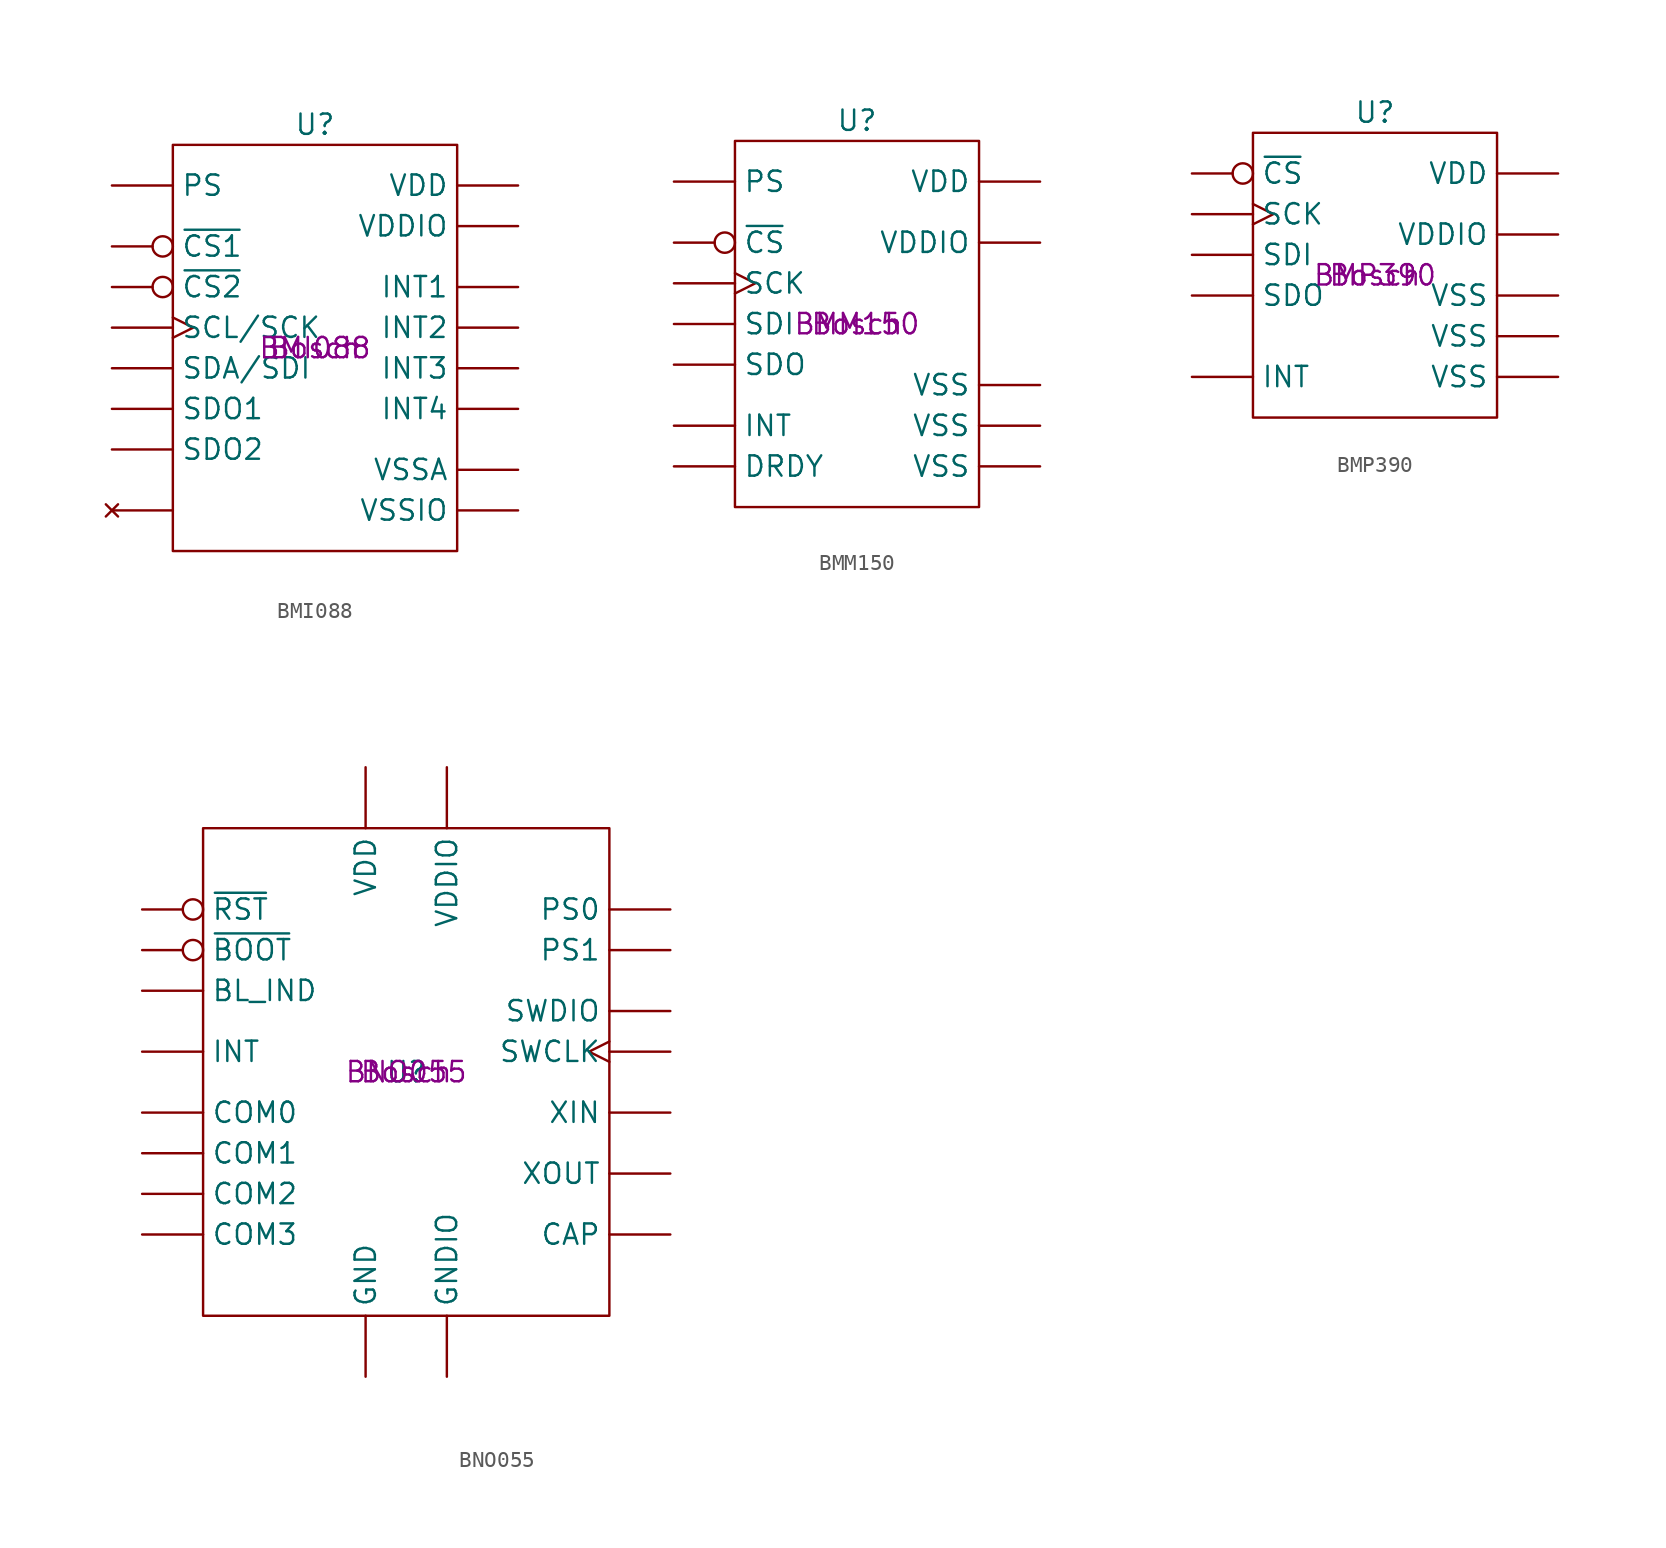
<source format=kicad_sym>
(kicad_symbol_lib
  (version 20220914)
  (generator kicad_symbol_editor)
  (symbol "BMI088"
    (pin_numbers hide)
    (property "Reference" "U"
      (at 0 13.97 0)
      (effects (font (size 1.27 1.27))))
    (property "Value" ""
      (at 0 0 0)
      (effects (font (size 1.27 1.27))))
    (property "Manufacturer" "Bosch"
      (at 0 0 0)
      (effects (font (size 1.27 1.27))))
    (property "Part #" "BMI088"
      (at 0 0 0)
      (effects (font (size 1.27 1.27))))
    (symbol "BMI088_0_1"
      (rectangle (start -8.89 12.7) (end 8.89 -12.7) (stroke (width 0) (type default)) (fill (type none))))
    (symbol "BMI088_1_1"
      (pin bidirectional line (at 12.7 1.27 180) (length 3.81) (name "INT2" (effects (font (size 1.27 1.27)))) (number "1" (effects (font (size 1.27 1.27)))))
      (pin output line (at -12.7 -6.35 0) (length 3.81) (name "SDO2" (effects (font (size 1.27 1.27)))) (number "10" (effects (font (size 1.27 1.27)))))
      (pin power_in line (at 12.7 7.62 180) (length 3.81) (name "VDDIO" (effects (font (size 1.27 1.27)))) (number "11" (effects (font (size 1.27 1.27)))))
      (pin bidirectional line (at 12.7 -1.27 180) (length 3.81) (name "INT3" (effects (font (size 1.27 1.27)))) (number "12" (effects (font (size 1.27 1.27)))))
      (pin bidirectional line (at 12.7 -3.81 180) (length 3.81) (name "INT4" (effects (font (size 1.27 1.27)))) (number "13" (effects (font (size 1.27 1.27)))))
      (pin input inverted (at -12.7 6.35 0) (length 3.81) (name "~{CS1}" (effects (font (size 1.27 1.27)))) (number "14" (effects (font (size 1.27 1.27)))))
      (pin output line (at -12.7 -3.81 0) (length 3.81) (name "SDO1" (effects (font (size 1.27 1.27)))) (number "15" (effects (font (size 1.27 1.27)))))
      (pin bidirectional line (at 12.7 3.81 180) (length 3.81) (name "INT1" (effects (font (size 1.27 1.27)))) (number "16" (effects (font (size 1.27 1.27)))))
      (pin no_connect line (at -12.7 -10.16 0) (length 3.81) (name "" (effects (font (size 1.27 1.27)))) (number "2" (effects (font (size 1.27 1.27)))))
      (pin power_in line (at 12.7 10.16 180) (length 3.81) (name "VDD" (effects (font (size 1.27 1.27)))) (number "3" (effects (font (size 1.27 1.27)))))
      (pin power_in line (at 12.7 -7.62 180) (length 3.81) (name "VSSA" (effects (font (size 1.27 1.27)))) (number "4" (effects (font (size 1.27 1.27)))))
      (pin input inverted (at -12.7 3.81 0) (length 3.81) (name "~{CS2}" (effects (font (size 1.27 1.27)))) (number "5" (effects (font (size 1.27 1.27)))))
      (pin power_in line (at 12.7 -10.16 180) (length 3.81) (name "VSSIO" (effects (font (size 1.27 1.27)))) (number "6" (effects (font (size 1.27 1.27)))))
      (pin input line (at -12.7 10.16 0) (length 3.81) (name "PS" (effects (font (size 1.27 1.27)))) (number "7" (effects (font (size 1.27 1.27)))))
      (pin input clock (at -12.7 1.27 0) (length 3.81) (name "SCL/SCK" (effects (font (size 1.27 1.27)))) (number "8" (effects (font (size 1.27 1.27)))))
      (pin bidirectional line (at -12.7 -1.27 0) (length 3.81) (name "SDA/SDI" (effects (font (size 1.27 1.27)))) (number "9" (effects (font (size 1.27 1.27)))))))
  (symbol "BMM150"
    (pin_numbers hide)
    (property "Reference" "U"
      (at 0 12.7 0)
      (effects (font (size 1.27 1.27))))
    (property "Value" ""
      (at 0 0 0)
      (effects (font (size 1.27 1.27))))
    (property "Manufacturer" "Bosch"
      (at 0 0 0)
      (effects (font (size 1.27 1.27))))
    (property "Part #" "BMM150"
      (at 0 0 0)
      (effects (font (size 1.27 1.27))))
    (symbol "BMM150_0_1"
      (rectangle (start -7.62 11.43) (end 7.62 -11.43) (stroke (width 0) (type default)) (fill (type none))))
    (symbol "BMM150_1_1"
      (pin input line (at -11.43 8.89 0) (length 3.81) (name "PS" (effects (font (size 1.27 1.27)))) (number "A1" (effects (font (size 1.27 1.27)))))
      (pin input clock (at -11.43 2.54 0) (length 3.81) (name "SCK" (effects (font (size 1.27 1.27)))) (number "A3" (effects (font (size 1.27 1.27)))))
      (pin input inverted (at -11.43 5.08 0) (length 3.81) (name "~{CS}" (effects (font (size 1.27 1.27)))) (number "A5" (effects (font (size 1.27 1.27)))))
      (pin power_in line (at 11.43 5.08 180) (length 3.81) (name "VDDIO" (effects (font (size 1.27 1.27)))) (number "B2" (effects (font (size 1.27 1.27)))))
      (pin bidirectional line (at -11.43 0 0) (length 3.81) (name "SDI" (effects (font (size 1.27 1.27)))) (number "B4" (effects (font (size 1.27 1.27)))))
      (pin output line (at -11.43 -2.54 0) (length 3.81) (name "SDO" (effects (font (size 1.27 1.27)))) (number "C1" (effects (font (size 1.27 1.27)))))
      (pin power_in line (at 11.43 -3.81 180) (length 3.81) (name "VSS" (effects (font (size 1.27 1.27)))) (number "C5" (effects (font (size 1.27 1.27)))))
      (pin output line (at -11.43 -6.35 0) (length 3.81) (name "INT" (effects (font (size 1.27 1.27)))) (number "D2" (effects (font (size 1.27 1.27)))))
      (pin output line (at -11.43 -8.89 0) (length 3.81) (name "DRDY" (effects (font (size 1.27 1.27)))) (number "D4" (effects (font (size 1.27 1.27)))))
      (pin power_in line (at 11.43 -6.35 180) (length 3.81) (name "VSS" (effects (font (size 1.27 1.27)))) (number "E1" (effects (font (size 1.27 1.27)))))
      (pin power_in line (at 11.43 -8.89 180) (length 3.81) (name "VSS" (effects (font (size 1.27 1.27)))) (number "E3" (effects (font (size 1.27 1.27)))))
      (pin power_in line (at 11.43 8.89 180) (length 3.81) (name "VDD" (effects (font (size 1.27 1.27)))) (number "E5" (effects (font (size 1.27 1.27)))))))
  (symbol "BMP390"
    (pin_numbers hide)
    (property "Reference" "U"
      (at 0 10.16 0)
      (effects (font (size 1.27 1.27))))
    (property "Value" ""
      (at 0 0 0)
      (effects (font (size 1.27 1.27))))
    (property "Manufacturer" "Bosch"
      (at 0 0 0)
      (effects (font (size 1.27 1.27))))
    (property "Part #" "BMP390"
      (at 0 0 0)
      (effects (font (size 1.27 1.27))))
    (symbol "BMP390_0_1"
      (rectangle (start -7.62 8.89) (end 7.62 -8.89) (stroke (width 0) (type default)) (fill (type none))))
    (symbol "BMP390_1_1"
      (pin power_in line (at 11.43 2.54 180) (length 3.81) (name "VDDIO" (effects (font (size 1.27 1.27)))) (number "1" (effects (font (size 1.27 1.27)))))
      (pin power_in line (at 11.43 6.35 180) (length 3.81) (name "VDD" (effects (font (size 1.27 1.27)))) (number "10" (effects (font (size 1.27 1.27)))))
      (pin input clock (at -11.43 3.81 0) (length 3.81) (name "SCK" (effects (font (size 1.27 1.27)))) (number "2" (effects (font (size 1.27 1.27)))))
      (pin power_in line (at 11.43 -1.27 180) (length 3.81) (name "VSS" (effects (font (size 1.27 1.27)))) (number "3" (effects (font (size 1.27 1.27)))))
      (pin bidirectional line (at -11.43 1.27 0) (length 3.81) (name "SDI" (effects (font (size 1.27 1.27)))) (number "4" (effects (font (size 1.27 1.27)))))
      (pin bidirectional line (at -11.43 -1.27 0) (length 3.81) (name "SDO" (effects (font (size 1.27 1.27)))) (number "5" (effects (font (size 1.27 1.27)))))
      (pin input inverted (at -11.43 6.35 0) (length 3.81) (name "~{CS}" (effects (font (size 1.27 1.27)))) (number "6" (effects (font (size 1.27 1.27)))))
      (pin output line (at -11.43 -6.35 0) (length 3.81) (name "INT" (effects (font (size 1.27 1.27)))) (number "7" (effects (font (size 1.27 1.27)))))
      (pin power_in line (at 11.43 -3.81 180) (length 3.81) (name "VSS" (effects (font (size 1.27 1.27)))) (number "8" (effects (font (size 1.27 1.27)))))
      (pin power_in line (at 11.43 -6.35 180) (length 3.81) (name "VSS" (effects (font (size 1.27 1.27)))) (number "9" (effects (font (size 1.27 1.27)))))))
  (symbol "BNO055"
    (pin_numbers hide)
    (property "Reference" "U"
      (at 0 0 0)
      (effects (font (size 1.27 1.27))))
    (property "Value" ""
      (at 27.94 16.51 0)
      (effects (font (size 1.27 1.27))))
    (property "Manufacturer" "Bosch"
      (at 0 0 0)
      (effects (font (size 1.27 1.27))))
    (property "Part #" "BNO055"
      (at 0 0 0)
      (effects (font (size 1.27 1.27))))
    (symbol "BNO055_0_1"
      (rectangle (start -12.7 15.24) (end 12.7 -15.24) (stroke (width 0) (type default)) (fill (type none))))
    (symbol "BNO055_1_1"
      (pin no_connect line (at 0 0 0) (length 3.81) hide (name "NC" (effects (font (size 1.27 1.27)))) (number "1" (effects (font (size 1.27 1.27)))))
      (pin output line (at -16.51 5.08 0) (length 3.81) (name "BL_IND" (effects (font (size 1.27 1.27)))) (number "10" (effects (font (size 1.27 1.27)))))
      (pin input inverted (at -16.51 10.16 0) (length 3.81) (name "~{RST}" (effects (font (size 1.27 1.27)))) (number "11" (effects (font (size 1.27 1.27)))))
      (pin no_connect line (at 0 0 0) (length 3.81) hide (name "NC" (effects (font (size 1.27 1.27)))) (number "12" (effects (font (size 1.27 1.27)))))
      (pin no_connect line (at 0 0 0) (length 3.81) hide (name "NC" (effects (font (size 1.27 1.27)))) (number "13" (effects (font (size 1.27 1.27)))))
      (pin output line (at -16.51 1.27 0) (length 3.81) (name "INT" (effects (font (size 1.27 1.27)))) (number "14" (effects (font (size 1.27 1.27)))))
      (pin no_connect line (at 0 0 0) (length 3.81) hide (name "NC" (effects (font (size 1.27 1.27)))) (number "15" (effects (font (size 1.27 1.27)))))
      (pin no_connect line (at 0 0 0) (length 3.81) hide (name "NC" (effects (font (size 1.27 1.27)))) (number "16" (effects (font (size 1.27 1.27)))))
      (pin input line (at -16.51 -10.16 0) (length 3.81) (name "COM3" (effects (font (size 1.27 1.27)))) (number "17" (effects (font (size 1.27 1.27)))))
      (pin bidirectional line (at -16.51 -7.62 0) (length 3.81) (name "COM2" (effects (font (size 1.27 1.27)))) (number "18" (effects (font (size 1.27 1.27)))))
      (pin bidirectional line (at -16.51 -5.08 0) (length 3.81) (name "COM1" (effects (font (size 1.27 1.27)))) (number "19" (effects (font (size 1.27 1.27)))))
      (pin power_in line (at -2.54 -19.05 90) (length 3.81) (name "GND" (effects (font (size 1.27 1.27)))) (number "2" (effects (font (size 1.27 1.27)))))
      (pin bidirectional line (at -16.51 -2.54 0) (length 3.81) (name "COM0" (effects (font (size 1.27 1.27)))) (number "20" (effects (font (size 1.27 1.27)))))
      (pin no_connect line (at 0 0 0) (length 3.81) hide (name "NC" (effects (font (size 1.27 1.27)))) (number "21" (effects (font (size 1.27 1.27)))))
      (pin no_connect line (at 0 0 0) (length 3.81) hide (name "NC" (effects (font (size 1.27 1.27)))) (number "22" (effects (font (size 1.27 1.27)))))
      (pin no_connect line (at 0 0 0) (length 3.81) hide (name "NC" (effects (font (size 1.27 1.27)))) (number "23" (effects (font (size 1.27 1.27)))))
      (pin no_connect line (at 0 0 0) (length 3.81) hide (name "NC" (effects (font (size 1.27 1.27)))) (number "24" (effects (font (size 1.27 1.27)))))
      (pin power_in line (at 2.54 -19.05 90) (length 3.81) (name "GNDIO" (effects (font (size 1.27 1.27)))) (number "25" (effects (font (size 1.27 1.27)))))
      (pin output line (at 16.51 -6.35 180) (length 3.81) (name "XOUT" (effects (font (size 1.27 1.27)))) (number "26" (effects (font (size 1.27 1.27)))))
      (pin input line (at 16.51 -2.54 180) (length 3.81) (name "XIN" (effects (font (size 1.27 1.27)))) (number "27" (effects (font (size 1.27 1.27)))))
      (pin power_in line (at 2.54 19.05 270) (length 3.81) (name "VDDIO" (effects (font (size 1.27 1.27)))) (number "28" (effects (font (size 1.27 1.27)))))
      (pin power_in line (at -2.54 19.05 270) (length 3.81) (name "VDD" (effects (font (size 1.27 1.27)))) (number "3" (effects (font (size 1.27 1.27)))))
      (pin input inverted (at -16.51 7.62 0) (length 3.81) (name "~{BOOT}" (effects (font (size 1.27 1.27)))) (number "4" (effects (font (size 1.27 1.27)))))
      (pin input line (at 16.51 7.62 180) (length 3.81) (name "PS1" (effects (font (size 1.27 1.27)))) (number "5" (effects (font (size 1.27 1.27)))))
      (pin input line (at 16.51 10.16 180) (length 3.81) (name "PS0" (effects (font (size 1.27 1.27)))) (number "6" (effects (font (size 1.27 1.27)))))
      (pin bidirectional line (at 16.51 3.81 180) (length 3.81) (name "SWDIO" (effects (font (size 1.27 1.27)))) (number "7" (effects (font (size 1.27 1.27)))))
      (pin input clock (at 16.51 1.27 180) (length 3.81) (name "SWCLK" (effects (font (size 1.27 1.27)))) (number "8" (effects (font (size 1.27 1.27)))))
      (pin passive line (at 16.51 -10.16 180) (length 3.81) (name "CAP" (effects (font (size 1.27 1.27)))) (number "9" (effects (font (size 1.27 1.27))))))))
</source>
